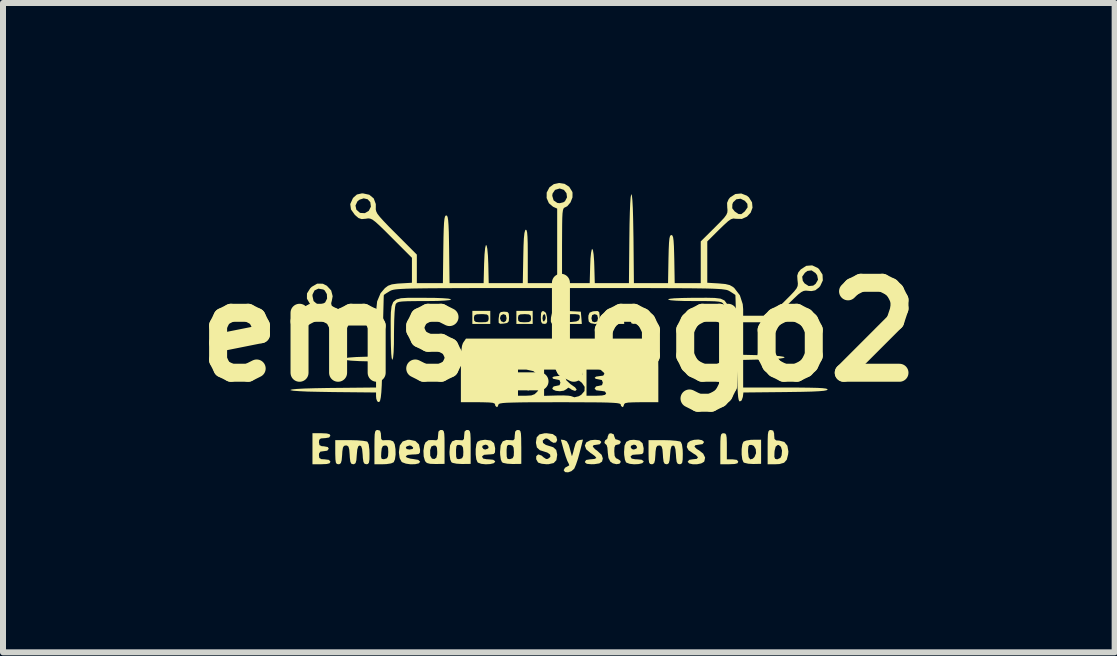
<source format=kicad_pcb>
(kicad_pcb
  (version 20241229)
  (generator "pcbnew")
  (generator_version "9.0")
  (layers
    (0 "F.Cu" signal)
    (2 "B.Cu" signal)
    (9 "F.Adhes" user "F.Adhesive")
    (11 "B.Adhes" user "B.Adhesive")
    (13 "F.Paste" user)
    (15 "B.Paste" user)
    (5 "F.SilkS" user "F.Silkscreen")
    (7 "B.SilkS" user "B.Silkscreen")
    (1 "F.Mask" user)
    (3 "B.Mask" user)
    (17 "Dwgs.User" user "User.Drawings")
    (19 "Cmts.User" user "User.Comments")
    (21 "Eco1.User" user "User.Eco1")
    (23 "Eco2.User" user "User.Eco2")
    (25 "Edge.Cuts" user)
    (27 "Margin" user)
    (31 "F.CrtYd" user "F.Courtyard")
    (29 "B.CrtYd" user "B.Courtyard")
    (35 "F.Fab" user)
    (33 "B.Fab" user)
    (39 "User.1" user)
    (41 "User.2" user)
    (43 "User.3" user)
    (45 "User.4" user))
  (footprint "ems_logo2"
    (layer "F.Cu")
    (at 6.264 2.485)
    (property "Reference" "ems_logo2" (at 0 0 0) (layer "F.SilkS") (effects (font (size 1.5 1.5) (thickness 0.3))))
    (attr board_only exclude_from_pos_files exclude_from_bom)
    (fp_poly (pts (xy -0.466 0.757) (xy -0.446 0.813) (xy -0.447 0.881) (xy -0.461 0.922) (xy -0.498 0.972) (xy -0.525 0.969) (xy -0.541 0.916) (xy -0.544 0.857) (xy -0.538 0.776) (xy -0.52 0.739) (xy -0.504 0.734)) (stroke (width 0) (type solid)) (fill yes) (layer "F.SilkS"))
    (fp_poly (pts (xy 2.774 1.691) (xy 2.79 1.712) (xy 2.798 1.76) (xy 2.801 1.846) (xy 2.801 1.904) (xy 2.801 2.121) (xy 2.896 2.121) (xy 2.967 2.13) (xy 2.991 2.158) (xy 2.991 2.162) (xy 2.978 2.187) (xy 2.931 2.199) (xy 2.842 2.203) (xy 2.692 2.203) (xy 2.692 1.944) (xy 2.693 1.824) (xy 2.697 1.749) (xy 2.706 1.707) (xy 2.722 1.69) (xy 2.747 1.686)) (stroke (width 0) (type solid)) (fill yes) (layer "F.SilkS"))
    (fp_poly (pts (xy -0.214 -0.32) (xy -0.196 -0.246) (xy -0.196 -0.238) (xy -0.194 -0.17) (xy -0.21 -0.141) (xy -0.243 -0.136) (xy -0.279 -0.144) (xy -0.296 -0.179) (xy -0.298 -0.23) (xy -0.272 -0.23) (xy -0.263 -0.183) (xy -0.245 -0.177) (xy -0.222 -0.215) (xy -0.218 -0.246) (xy -0.229 -0.29) (xy -0.245 -0.299) (xy -0.265 -0.276) (xy -0.272 -0.23) (xy -0.298 -0.23) (xy -0.299 -0.247) (xy -0.295 -0.318) (xy -0.279 -0.347) (xy -0.252 -0.349)) (stroke (width 0) (type solid)) (fill yes) (layer "F.SilkS"))
    (fp_poly (pts (xy 1.289 -0.345) (xy 1.303 -0.309) (xy 1.305 -0.247) (xy 1.301 -0.175) (xy 1.283 -0.143) (xy 1.249 -0.136) (xy 1.213 -0.144) (xy 1.2 -0.177) (xy 1.202 -0.231) (xy 1.256 -0.231) (xy 1.259 -0.185) (xy 1.268 -0.181) (xy 1.269 -0.183) (xy 1.274 -0.237) (xy 1.27 -0.265) (xy 1.261 -0.276) (xy 1.256 -0.24) (xy 1.256 -0.231) (xy 1.202 -0.231) (xy 1.202 -0.238) (xy 1.218 -0.315) (xy 1.254 -0.348) (xy 1.258 -0.349)) (stroke (width 0) (type solid)) (fill yes) (layer "F.SilkS"))
    (fp_poly (pts (xy 1.456 -0.336) (xy 1.468 -0.276) (xy 1.469 -0.245) (xy 1.462 -0.169) (xy 1.439 -0.138) (xy 1.428 -0.136) (xy 1.399 -0.154) (xy 1.388 -0.213) (xy 1.387 -0.231) (xy 1.419 -0.231) (xy 1.422 -0.185) (xy 1.431 -0.181) (xy 1.432 -0.183) (xy 1.437 -0.237) (xy 1.433 -0.265) (xy 1.424 -0.276) (xy 1.42 -0.24) (xy 1.419 -0.231) (xy 1.387 -0.231) (xy 1.387 -0.245) (xy 1.394 -0.32) (xy 1.416 -0.352) (xy 1.428 -0.354)) (stroke (width 0) (type solid)) (fill yes) (layer "F.SilkS"))
    (fp_poly (pts (xy -0.044 -0.345) (xy -0.03 -0.309) (xy -0.027 -0.247) (xy -0.031 -0.175) (xy -0.049 -0.143) (xy -0.083 -0.136) (xy -0.12 -0.144) (xy -0.133 -0.177) (xy -0.131 -0.231) (xy -0.108 -0.231) (xy -0.095 -0.187) (xy -0.091 -0.181) (xy -0.066 -0.165) (xy -0.056 -0.19) (xy -0.054 -0.231) (xy -0.064 -0.282) (xy -0.082 -0.299) (xy -0.103 -0.277) (xy -0.108 -0.231) (xy -0.131 -0.231) (xy -0.131 -0.238) (xy -0.114 -0.315) (xy -0.079 -0.348) (xy -0.075 -0.349)) (stroke (width 0) (type solid)) (fill yes) (layer "F.SilkS"))
    (fp_poly (pts (xy -0.856 -0.335) (xy -0.834 -0.308) (xy -0.829 -0.245) (xy -0.834 -0.18) (xy -0.86 -0.152) (xy -0.92 -0.141) (xy -0.978 -0.138) (xy -1.002 -0.155) (xy -1.003 -0.207) (xy -1.002 -0.231) (xy -0.981 -0.231) (xy -0.962 -0.182) (xy -0.961 -0.181) (xy -0.916 -0.162) (xy -0.88 -0.187) (xy -0.87 -0.231) (xy -0.883 -0.284) (xy -0.925 -0.299) (xy -0.966 -0.278) (xy -0.981 -0.231) (xy -1.002 -0.231) (xy -1.001 -0.236) (xy -0.991 -0.304) (xy -0.968 -0.333) (xy -0.918 -0.34) (xy -0.911 -0.34)) (stroke (width 0) (type solid)) (fill yes) (layer "F.SilkS"))
    (fp_poly (pts (xy 0.673 -0.333) (xy 0.68 -0.282) (xy 0.68 -0.246) (xy 0.677 -0.176) (xy 0.66 -0.144) (xy 0.618 -0.136) (xy 0.597 -0.136) (xy 0.533 -0.148) (xy 0.5 -0.175) (xy 0.492 -0.231) (xy 0.544 -0.231) (xy 0.557 -0.178) (xy 0.598 -0.163) (xy 0.641 -0.179) (xy 0.653 -0.231) (xy 0.64 -0.284) (xy 0.598 -0.299) (xy 0.556 -0.283) (xy 0.544 -0.231) (xy 0.492 -0.231) (xy 0.492 -0.232) (xy 0.494 -0.277) (xy 0.514 -0.324) (xy 0.567 -0.345) (xy 0.591 -0.348) (xy 0.648 -0.351)) (stroke (width 0) (type solid)) (fill yes) (layer "F.SilkS"))
    (fp_poly (pts (xy 1.083 -0.238) (xy 1.091 -0.136) (xy 0.938 -0.136) (xy 0.785 -0.136) (xy 0.793 -0.23) (xy 0.843 -0.23) (xy 0.848 -0.184) (xy 0.875 -0.167) (xy 0.938 -0.168) (xy 0.945 -0.168) (xy 1.016 -0.181) (xy 1.048 -0.21) (xy 1.056 -0.238) (xy 1.055 -0.277) (xy 1.03 -0.295) (xy 0.966 -0.299) (xy 0.954 -0.299) (xy 0.883 -0.296) (xy 0.851 -0.279) (xy 0.843 -0.239) (xy 0.843 -0.23) (xy 0.793 -0.23) (xy 0.794 -0.238) (xy 0.802 -0.34) (xy 0.938 -0.34) (xy 1.074 -0.34)) (stroke (width 0) (type solid)) (fill yes) (layer "F.SilkS"))
    (fp_poly (pts (xy -1.142 -0.245) (xy -1.142 -0.136) (xy -1.292 -0.136) (xy -1.441 -0.136) (xy -1.441 -0.231) (xy -1.414 -0.231) (xy -1.409 -0.189) (xy -1.384 -0.169) (xy -1.325 -0.163) (xy -1.292 -0.163) (xy -1.216 -0.166) (xy -1.18 -0.18) (xy -1.17 -0.213) (xy -1.169 -0.231) (xy -1.174 -0.273) (xy -1.199 -0.293) (xy -1.259 -0.299) (xy -1.292 -0.299) (xy -1.367 -0.296) (xy -1.403 -0.282) (xy -1.414 -0.249) (xy -1.414 -0.231) (xy -1.441 -0.231) (xy -1.441 -0.245) (xy -1.441 -0.354) (xy -1.292 -0.354) (xy -1.142 -0.354)) (stroke (width 0) (type solid)) (fill yes) (layer "F.SilkS"))
    (fp_poly (pts (xy -0.435 -0.245) (xy -0.435 -0.136) (xy -0.571 -0.136) (xy -0.707 -0.136) (xy -0.707 -0.231) (xy -0.68 -0.231) (xy -0.674 -0.187) (xy -0.646 -0.168) (xy -0.581 -0.163) (xy -0.571 -0.163) (xy -0.501 -0.167) (xy -0.47 -0.184) (xy -0.462 -0.225) (xy -0.462 -0.231) (xy -0.468 -0.275) (xy -0.496 -0.294) (xy -0.562 -0.299) (xy -0.571 -0.299) (xy -0.641 -0.295) (xy -0.672 -0.278) (xy -0.68 -0.237) (xy -0.68 -0.231) (xy -0.707 -0.231) (xy -0.707 -0.245) (xy -0.707 -0.354) (xy -0.571 -0.354) (xy -0.435 -0.354)) (stroke (width 0) (type solid)) (fill yes) (layer "F.SilkS"))
    (fp_poly (pts (xy 0.211 -0.348) (xy 0.367 -0.34) (xy 0.376 -0.238) (xy 0.384 -0.136) (xy 0.219 -0.136) (xy 0.054 -0.136) (xy 0.054 -0.23) (xy 0.082 -0.23) (xy 0.086 -0.188) (xy 0.107 -0.169) (xy 0.16 -0.166) (xy 0.211 -0.168) (xy 0.291 -0.177) (xy 0.332 -0.196) (xy 0.347 -0.231) (xy 0.349 -0.238) (xy 0.349 -0.274) (xy 0.328 -0.292) (xy 0.274 -0.299) (xy 0.219 -0.299) (xy 0.138 -0.297) (xy 0.097 -0.286) (xy 0.083 -0.259) (xy 0.082 -0.23) (xy 0.054 -0.23) (xy 0.054 -0.246) (xy 0.054 -0.356)) (stroke (width 0) (type solid)) (fill yes) (layer "F.SilkS"))
    (fp_poly (pts (xy 3.372 1.995) (xy 3.372 2.196) (xy 3.241 2.199) (xy 3.157 2.194) (xy 3.094 2.179) (xy 3.078 2.17) (xy 3.058 2.121) (xy 3.048 2.041) (xy 3.048 1.997) (xy 3.155 1.997) (xy 3.164 2.084) (xy 3.191 2.122) (xy 3.233 2.111) (xy 3.262 2.082) (xy 3.288 2.019) (xy 3.283 1.951) (xy 3.251 1.898) (xy 3.216 1.881) (xy 3.178 1.881) (xy 3.16 1.904) (xy 3.155 1.963) (xy 3.155 1.997) (xy 3.048 1.997) (xy 3.048 1.95) (xy 3.059 1.871) (xy 3.078 1.827) (xy 3.124 1.808) (xy 3.2 1.796) (xy 3.242 1.795) (xy 3.372 1.795)) (stroke (width 0) (type solid)) (fill yes) (layer "F.SilkS"))
    (fp_poly (pts (xy -3.867 1.69) (xy -3.82 1.703) (xy -3.807 1.727) (xy -3.828 1.757) (xy -3.894 1.768) (xy -3.902 1.768) (xy -3.967 1.773) (xy -3.993 1.796) (xy -3.998 1.836) (xy -3.989 1.884) (xy -3.952 1.902) (xy -3.916 1.904) (xy -3.851 1.916) (xy -3.834 1.944) (xy -3.859 1.977) (xy -3.916 1.985) (xy -3.974 1.993) (xy -3.996 2.024) (xy -3.998 2.053) (xy -3.991 2.099) (xy -3.959 2.118) (xy -3.902 2.121) (xy -3.832 2.13) (xy -3.807 2.158) (xy -3.807 2.162) (xy -3.821 2.187) (xy -3.868 2.199) (xy -3.957 2.203) (xy -4.106 2.203) (xy -4.106 1.944) (xy -4.106 1.686) (xy -3.957 1.686)) (stroke (width 0) (type solid)) (fill yes) (layer "F.SilkS"))
    (fp_poly (pts (xy 0.349 2.004) (xy 0.319 2.113) (xy 0.287 2.208) (xy 0.26 2.271) (xy 0.256 2.278) (xy 0.211 2.318) (xy 0.155 2.338) (xy 0.105 2.334) (xy 0.082 2.304) (xy 0.082 2.3) (xy 0.104 2.261) (xy 0.137 2.243) (xy 0.175 2.221) (xy 0.164 2.19) (xy 0.142 2.147) (xy 0.113 2.068) (xy 0.084 1.973) (xy 0.034 1.792) (xy 0.092 1.8) (xy 0.134 1.822) (xy 0.166 1.88) (xy 0.181 1.931) (xy 0.201 2.006) (xy 0.215 2.057) (xy 0.218 2.067) (xy 0.226 2.051) (xy 0.242 1.996) (xy 0.254 1.944) (xy 0.279 1.859) (xy 0.309 1.814) (xy 0.344 1.8) (xy 0.403 1.792)) (stroke (width 0) (type solid)) (fill yes) (layer "F.SilkS"))
    (fp_poly (pts (xy 0.677 1.802) (xy 0.706 1.827) (xy 0.707 1.836) (xy 0.684 1.869) (xy 0.644 1.876) (xy 0.579 1.885) (xy 0.566 1.909) (xy 0.604 1.952) (xy 0.639 1.977) (xy 0.714 2.046) (xy 0.734 2.106) (xy 0.721 2.159) (xy 0.676 2.189) (xy 0.591 2.202) (xy 0.542 2.203) (xy 0.467 2.196) (xy 0.437 2.173) (xy 0.435 2.162) (xy 0.456 2.132) (xy 0.522 2.121) (xy 0.53 2.121) (xy 0.593 2.115) (xy 0.625 2.1) (xy 0.625 2.097) (xy 0.604 2.069) (xy 0.551 2.029) (xy 0.53 2.016) (xy 0.457 1.954) (xy 0.434 1.892) (xy 0.459 1.838) (xy 0.527 1.803) (xy 0.604 1.795)) (stroke (width 0) (type solid)) (fill yes) (layer "F.SilkS"))
    (fp_poly (pts (xy 2.388 1.802) (xy 2.419 1.828) (xy 2.42 1.836) (xy 2.396 1.868) (xy 2.339 1.876) (xy 2.275 1.886) (xy 2.262 1.911) (xy 2.299 1.949) (xy 2.337 1.971) (xy 2.407 2.026) (xy 2.439 2.092) (xy 2.426 2.154) (xy 2.419 2.163) (xy 2.374 2.189) (xy 2.306 2.203) (xy 2.233 2.203) (xy 2.174 2.19) (xy 2.148 2.164) (xy 2.148 2.162) (xy 2.173 2.13) (xy 2.228 2.121) (xy 2.3 2.113) (xy 2.32 2.088) (xy 2.287 2.051) (xy 2.243 2.024) (xy 2.163 1.97) (xy 2.133 1.916) (xy 2.146 1.853) (xy 2.149 1.847) (xy 2.189 1.815) (xy 2.254 1.796) (xy 2.326 1.791)) (stroke (width 0) (type solid)) (fill yes) (layer "F.SilkS"))
    (fp_poly (pts (xy 0.916 1.705) (xy 0.925 1.74) (xy 0.944 1.786) (xy 0.979 1.795) (xy 1.023 1.812) (xy 1.033 1.836) (xy 1.011 1.869) (xy 0.979 1.876) (xy 0.944 1.885) (xy 0.928 1.921) (xy 0.925 1.988) (xy 0.931 2.064) (xy 0.953 2.102) (xy 0.979 2.113) (xy 1.023 2.141) (xy 1.033 2.165) (xy 1.012 2.194) (xy 0.961 2.202) (xy 0.901 2.188) (xy 0.859 2.16) (xy 0.828 2.099) (xy 0.816 2.005) (xy 0.816 1.997) (xy 0.81 1.925) (xy 0.797 1.882) (xy 0.789 1.876) (xy 0.765 1.854) (xy 0.761 1.836) (xy 0.776 1.799) (xy 0.789 1.795) (xy 0.811 1.772) (xy 0.816 1.74) (xy 0.835 1.695) (xy 0.87 1.686)) (stroke (width 0) (type solid)) (fill yes) (layer "F.SilkS"))
    (fp_poly (pts (xy 3.574 1.643) (xy 3.589 1.688) (xy 3.59 1.72) (xy 3.595 1.781) (xy 3.622 1.805) (xy 3.677 1.809) (xy 3.758 1.831) (xy 3.81 1.895) (xy 3.827 1.991) (xy 3.823 2.035) (xy 3.8 2.127) (xy 3.755 2.178) (xy 3.676 2.2) (xy 3.614 2.203) (xy 3.481 2.203) (xy 3.481 2.079) (xy 3.593 2.079) (xy 3.605 2.112) (xy 3.638 2.121) (xy 3.642 2.121) (xy 3.694 2.097) (xy 3.714 2.055) (xy 3.721 1.975) (xy 3.703 1.913) (xy 3.666 1.882) (xy 3.649 1.882) (xy 3.615 1.909) (xy 3.597 1.979) (xy 3.595 2.006) (xy 3.593 2.079) (xy 3.481 2.079) (xy 3.481 1.917) (xy 3.482 1.79) (xy 3.485 1.707) (xy 3.493 1.66) (xy 3.507 1.638) (xy 3.529 1.632) (xy 3.535 1.632)) (stroke (width 0) (type solid)) (fill yes) (layer "F.SilkS"))
    (fp_poly (pts (xy -2.391 1.815) (xy -2.331 1.873) (xy -2.312 1.96) (xy -2.315 2.009) (xy -2.336 2.032) (xy -2.388 2.039) (xy -2.436 2.04) (xy -2.519 2.048) (xy -2.551 2.068) (xy -2.535 2.091) (xy -2.472 2.11) (xy -2.425 2.116) (xy -2.343 2.13) (xy -2.312 2.159) (xy -2.312 2.164) (xy -2.335 2.189) (xy -2.394 2.202) (xy -2.471 2.204) (xy -2.548 2.193) (xy -2.608 2.171) (xy -2.622 2.16) (xy -2.653 2.1) (xy -2.665 2.007) (xy -2.665 1.999) (xy -2.655 1.924) (xy -2.55 1.924) (xy -2.536 1.95) (xy -2.488 1.958) (xy -2.435 1.948) (xy -2.427 1.924) (xy -2.46 1.895) (xy -2.488 1.89) (xy -2.536 1.906) (xy -2.55 1.924) (xy -2.655 1.924) (xy -2.65 1.89) (xy -2.603 1.824) (xy -2.52 1.796) (xy -2.488 1.795)) (stroke (width 0) (type solid)) (fill yes) (layer "F.SilkS"))
    (fp_poly (pts (xy -2.98 1.643) (xy -2.966 1.687) (xy -2.964 1.722) (xy -2.96 1.783) (xy -2.937 1.804) (xy -2.882 1.801) (xy -2.81 1.802) (xy -2.76 1.822) (xy -2.735 1.87) (xy -2.722 1.951) (xy -2.72 2.042) (xy -2.731 2.122) (xy -2.752 2.17) (xy -2.796 2.189) (xy -2.874 2.201) (xy -2.929 2.203) (xy -3.073 2.203) (xy -3.073 2.081) (xy -2.962 2.081) (xy -2.952 2.113) (xy -2.922 2.119) (xy -2.905 2.117) (xy -2.864 2.103) (xy -2.846 2.066) (xy -2.842 1.999) (xy -2.846 1.928) (xy -2.865 1.896) (xy -2.896 1.89) (xy -2.932 1.9) (xy -2.951 1.938) (xy -2.959 2.008) (xy -2.962 2.081) (xy -3.073 2.081) (xy -3.073 1.917) (xy -3.072 1.79) (xy -3.069 1.707) (xy -3.061 1.66) (xy -3.047 1.638) (xy -3.025 1.632) (xy -3.019 1.632)) (stroke (width 0) (type solid)) (fill yes) (layer "F.SilkS"))
    (fp_poly (pts (xy -1.934 1.635) (xy -1.918 1.653) (xy -1.909 1.693) (xy -1.905 1.767) (xy -1.904 1.883) (xy -1.904 1.914) (xy -1.904 2.197) (xy -2.053 2.199) (xy -2.145 2.196) (xy -2.199 2.182) (xy -2.228 2.152) (xy -2.23 2.149) (xy -2.252 2.072) (xy -2.256 1.975) (xy -2.254 1.967) (xy -2.144 1.967) (xy -2.143 2.06) (xy -2.115 2.109) (xy -2.074 2.116) (xy -2.041 2.094) (xy -2.027 2.038) (xy -2.026 1.998) (xy -2.031 1.927) (xy -2.049 1.896) (xy -2.08 1.89) (xy -2.124 1.907) (xy -2.144 1.966) (xy -2.144 1.967) (xy -2.254 1.967) (xy -2.242 1.885) (xy -2.221 1.837) (xy -2.171 1.801) (xy -2.098 1.8) (xy -2.04 1.804) (xy -2.017 1.784) (xy -2.012 1.723) (xy -2.012 1.722) (xy -2.006 1.659) (xy -1.979 1.634) (xy -1.958 1.632)) (stroke (width 0) (type solid)) (fill yes) (layer "F.SilkS"))
    (fp_poly (pts (xy -2.256 -0.571) (xy -2.076 -0.57) (xy -1.937 -0.565) (xy -1.843 -0.558) (xy -1.798 -0.548) (xy -1.795 -0.544) (xy -1.821 -0.533) (xy -1.898 -0.525) (xy -2.021 -0.519) (xy -2.186 -0.517) (xy -2.243 -0.517) (xy -2.409 -0.516) (xy -2.529 -0.514) (xy -2.612 -0.51) (xy -2.664 -0.503) (xy -2.695 -0.491) (xy -2.713 -0.474) (xy -2.719 -0.464) (xy -2.729 -0.418) (xy -2.737 -0.328) (xy -2.743 -0.202) (xy -2.746 -0.05) (xy -2.747 0.025) (xy -2.748 0.199) (xy -2.753 0.333) (xy -2.761 0.421) (xy -2.771 0.461) (xy -2.774 0.462) (xy -2.785 0.436) (xy -2.793 0.359) (xy -2.798 0.236) (xy -2.801 0.07) (xy -2.801 0.006) (xy -2.802 -0.185) (xy -2.799 -0.329) (xy -2.787 -0.432) (xy -2.76 -0.501) (xy -2.71 -0.543) (xy -2.631 -0.564) (xy -2.518 -0.571) (xy -2.363 -0.571)) (stroke (width 0) (type solid)) (fill yes) (layer "F.SilkS"))
    (fp_poly (pts (xy -1.499 1.635) (xy -1.483 1.653) (xy -1.474 1.693) (xy -1.47 1.767) (xy -1.469 1.883) (xy -1.469 1.914) (xy -1.469 2.197) (xy -1.614 2.199) (xy -1.702 2.194) (xy -1.768 2.181) (xy -1.79 2.169) (xy -1.809 2.125) (xy -1.82 2.048) (xy -1.822 1.999) (xy -1.713 1.999) (xy -1.711 2.075) (xy -1.699 2.111) (xy -1.67 2.118) (xy -1.652 2.116) (xy -1.612 2.102) (xy -1.594 2.064) (xy -1.591 1.999) (xy -1.596 1.927) (xy -1.616 1.893) (xy -1.652 1.881) (xy -1.689 1.881) (xy -1.707 1.904) (xy -1.713 1.962) (xy -1.713 1.999) (xy -1.822 1.999) (xy -1.822 1.997) (xy -1.812 1.887) (xy -1.778 1.822) (xy -1.717 1.798) (xy -1.659 1.801) (xy -1.603 1.804) (xy -1.581 1.782) (xy -1.577 1.722) (xy -1.571 1.659) (xy -1.544 1.634) (xy -1.523 1.632)) (stroke (width 0) (type solid)) (fill yes) (layer "F.SilkS"))
    (fp_poly (pts (xy -0.656 1.635) (xy -0.64 1.653) (xy -0.631 1.693) (xy -0.627 1.767) (xy -0.626 1.883) (xy -0.625 1.914) (xy -0.625 2.197) (xy -0.771 2.199) (xy -0.859 2.194) (xy -0.925 2.181) (xy -0.947 2.169) (xy -0.966 2.125) (xy -0.977 2.048) (xy -0.979 1.999) (xy -0.87 1.999) (xy -0.868 2.075) (xy -0.856 2.111) (xy -0.827 2.118) (xy -0.809 2.116) (xy -0.769 2.102) (xy -0.751 2.064) (xy -0.748 1.999) (xy -0.753 1.927) (xy -0.773 1.893) (xy -0.809 1.881) (xy -0.846 1.881) (xy -0.864 1.904) (xy -0.87 1.962) (xy -0.87 1.999) (xy -0.979 1.999) (xy -0.979 1.997) (xy -0.969 1.887) (xy -0.935 1.822) (xy -0.874 1.798) (xy -0.816 1.801) (xy -0.76 1.804) (xy -0.738 1.782) (xy -0.734 1.722) (xy -0.727 1.659) (xy -0.701 1.634) (xy -0.68 1.632)) (stroke (width 0) (type solid)) (fill yes) (layer "F.SilkS"))
    (fp_poly (pts (xy 1.344 1.808) (xy 1.396 1.853) (xy 1.414 1.935) (xy 1.414 1.95) (xy 1.41 2.007) (xy 1.389 2.033) (xy 1.334 2.039) (xy 1.305 2.04) (xy 1.23 2.046) (xy 1.199 2.069) (xy 1.197 2.08) (xy 1.215 2.109) (xy 1.274 2.12) (xy 1.305 2.121) (xy 1.381 2.128) (xy 1.412 2.15) (xy 1.414 2.162) (xy 1.39 2.186) (xy 1.332 2.2) (xy 1.256 2.204) (xy 1.182 2.196) (xy 1.128 2.176) (xy 1.12 2.17) (xy 1.102 2.126) (xy 1.09 2.048) (xy 1.088 1.999) (xy 1.094 1.917) (xy 1.197 1.917) (xy 1.219 1.95) (xy 1.251 1.958) (xy 1.295 1.941) (xy 1.305 1.917) (xy 1.283 1.884) (xy 1.251 1.876) (xy 1.207 1.893) (xy 1.197 1.917) (xy 1.094 1.917) (xy 1.096 1.893) (xy 1.125 1.83) (xy 1.182 1.801) (xy 1.251 1.795)) (stroke (width 0) (type solid)) (fill yes) (layer "F.SilkS"))
    (fp_poly (pts (xy 2.599 -0.569) (xy 2.697 -0.557) (xy 2.762 -0.527) (xy 2.801 -0.474) (xy 2.821 -0.391) (xy 2.828 -0.271) (xy 2.829 -0.107) (xy 2.828 0.006) (xy 2.827 0.185) (xy 2.822 0.323) (xy 2.815 0.415) (xy 2.805 0.459) (xy 2.801 0.462) (xy 2.79 0.436) (xy 2.782 0.359) (xy 2.776 0.237) (xy 2.774 0.073) (xy 2.774 0.025) (xy 2.772 -0.135) (xy 2.767 -0.274) (xy 2.76 -0.382) (xy 2.751 -0.449) (xy 2.746 -0.464) (xy 2.732 -0.484) (xy 2.708 -0.498) (xy 2.667 -0.507) (xy 2.6 -0.513) (xy 2.498 -0.516) (xy 2.355 -0.517) (xy 2.27 -0.517) (xy 2.093 -0.518) (xy 1.957 -0.523) (xy 1.866 -0.53) (xy 1.824 -0.54) (xy 1.822 -0.544) (xy 1.849 -0.555) (xy 1.925 -0.563) (xy 2.049 -0.568) (xy 2.215 -0.571) (xy 2.283 -0.571) (xy 2.464 -0.572)) (stroke (width 0) (type solid)) (fill yes) (layer "F.SilkS"))
    (fp_poly (pts (xy -1.131 1.808) (xy -1.079 1.853) (xy -1.061 1.935) (xy -1.061 1.95) (xy -1.064 2.007) (xy -1.086 2.033) (xy -1.14 2.039) (xy -1.169 2.04) (xy -1.245 2.046) (xy -1.276 2.069) (xy -1.278 2.08) (xy -1.26 2.109) (xy -1.201 2.12) (xy -1.169 2.121) (xy -1.094 2.128) (xy -1.063 2.15) (xy -1.061 2.162) (xy -1.084 2.186) (xy -1.143 2.2) (xy -1.219 2.204) (xy -1.293 2.196) (xy -1.347 2.176) (xy -1.354 2.17) (xy -1.375 2.121) (xy -1.385 2.041) (xy -1.385 1.95) (xy -1.38 1.917) (xy -1.278 1.917) (xy -1.255 1.95) (xy -1.224 1.958) (xy -1.179 1.941) (xy -1.169 1.917) (xy -1.192 1.884) (xy -1.224 1.876) (xy -1.268 1.893) (xy -1.278 1.917) (xy -1.38 1.917) (xy -1.374 1.871) (xy -1.354 1.827) (xy -1.307 1.806) (xy -1.233 1.795) (xy -1.224 1.795)) (stroke (width 0) (type solid)) (fill yes) (layer "F.SilkS"))
    (fp_poly (pts (xy -0.101 1.7) (xy -0.042 1.742) (xy -0.027 1.8) (xy -0.046 1.84) (xy -0.089 1.846) (xy -0.137 1.818) (xy -0.149 1.804) (xy -0.197 1.773) (xy -0.227 1.776) (xy -0.268 1.809) (xy -0.263 1.848) (xy -0.216 1.881) (xy -0.184 1.891) (xy -0.092 1.92) (xy -0.043 1.965) (xy -0.027 2.037) (xy -0.027 2.051) (xy -0.04 2.135) (xy -0.085 2.183) (xy -0.17 2.202) (xy -0.204 2.203) (xy -0.283 2.195) (xy -0.34 2.177) (xy -0.348 2.17) (xy -0.377 2.119) (xy -0.376 2.069) (xy -0.346 2.041) (xy -0.336 2.04) (xy -0.284 2.06) (xy -0.258 2.085) (xy -0.211 2.116) (xy -0.181 2.113) (xy -0.14 2.08) (xy -0.145 2.041) (xy -0.192 2.008) (xy -0.224 1.998) (xy -0.316 1.969) (xy -0.365 1.924) (xy -0.38 1.852) (xy -0.381 1.838) (xy -0.368 1.754) (xy -0.323 1.706) (xy -0.238 1.687) (xy -0.204 1.686)) (stroke (width 0) (type solid)) (fill yes) (layer "F.SilkS"))
    (fp_poly (pts (xy -3.474 1.801) (xy -3.36 1.804) (xy -3.264 1.812) (xy -3.202 1.823) (xy -3.189 1.829) (xy -3.168 1.873) (xy -3.157 1.96) (xy -3.155 2.029) (xy -3.156 2.124) (xy -3.164 2.176) (xy -3.182 2.199) (xy -3.208 2.203) (xy -3.238 2.195) (xy -3.256 2.165) (xy -3.266 2.098) (xy -3.269 2.046) (xy -3.278 1.952) (xy -3.294 1.903) (xy -3.318 1.89) (xy -3.343 1.905) (xy -3.359 1.957) (xy -3.367 2.046) (xy -3.374 2.136) (xy -3.387 2.184) (xy -3.411 2.201) (xy -3.427 2.203) (xy -3.457 2.195) (xy -3.474 2.163) (xy -3.483 2.094) (xy -3.486 2.046) (xy -3.493 1.957) (xy -3.506 1.91) (xy -3.53 1.892) (xy -3.549 1.89) (xy -3.58 1.897) (xy -3.598 1.926) (xy -3.608 1.991) (xy -3.611 2.046) (xy -3.619 2.136) (xy -3.632 2.183) (xy -3.655 2.201) (xy -3.673 2.203) (xy -3.7 2.198) (xy -3.716 2.174) (xy -3.723 2.122) (xy -3.726 2.029) (xy -3.726 2.002) (xy -3.726 1.801)) (stroke (width 0) (type solid)) (fill yes) (layer "F.SilkS"))
    (fp_poly (pts (xy 1.747 1.801) (xy 1.862 1.804) (xy 1.957 1.812) (xy 2.019 1.823) (xy 2.033 1.829) (xy 2.053 1.873) (xy 2.065 1.96) (xy 2.067 2.029) (xy 2.065 2.124) (xy 2.057 2.176) (xy 2.039 2.199) (xy 2.014 2.203) (xy 1.983 2.195) (xy 1.965 2.165) (xy 1.956 2.098) (xy 1.953 2.046) (xy 1.944 1.952) (xy 1.928 1.903) (xy 1.904 1.89) (xy 1.878 1.905) (xy 1.863 1.957) (xy 1.855 2.046) (xy 1.847 2.136) (xy 1.834 2.184) (xy 1.811 2.201) (xy 1.795 2.203) (xy 1.765 2.195) (xy 1.747 2.163) (xy 1.738 2.094) (xy 1.735 2.046) (xy 1.728 1.957) (xy 1.715 1.91) (xy 1.692 1.892) (xy 1.672 1.89) (xy 1.641 1.897) (xy 1.623 1.926) (xy 1.613 1.991) (xy 1.61 2.046) (xy 1.603 2.136) (xy 1.59 2.183) (xy 1.566 2.201) (xy 1.549 2.203) (xy 1.521 2.198) (xy 1.505 2.174) (xy 1.498 2.122) (xy 1.496 2.029) (xy 1.496 2.002) (xy 1.496 1.801)) (stroke (width 0) (type solid)) (fill yes) (layer "F.SilkS"))
    (fp_poly (pts (xy 1.617 0.169) (xy 1.633 0.202) (xy 1.644 0.252) (xy 1.652 0.329) (xy 1.657 0.439) (xy 1.659 0.591) (xy 1.659 0.7) (xy 1.659 1.169) (xy 1.373 1.169) (xy 1.243 1.171) (xy 1.158 1.175) (xy 1.11 1.184) (xy 1.09 1.199) (xy 1.088 1.21) (xy 1.073 1.246) (xy 1.061 1.251) (xy 1.036 1.229) (xy 1.033 1.21) (xy 1.028 1.2) (xy 1.008 1.191) (xy 0.969 1.184) (xy 0.905 1.179) (xy 0.813 1.175) (xy 0.686 1.172) (xy 0.521 1.171) (xy 0.311 1.17) (xy 0.053 1.169) (xy 0.014 1.169) (xy -0.252 1.17) (xy -0.467 1.17) (xy -0.639 1.172) (xy -0.77 1.175) (xy -0.867 1.178) (xy -0.934 1.183) (xy -0.977 1.19) (xy -0.999 1.198) (xy -1.006 1.209) (xy -1.006 1.21) (xy -1.021 1.246) (xy -1.033 1.251) (xy -1.058 1.229) (xy -1.061 1.21) (xy -1.069 1.192) (xy -1.101 1.179) (xy -1.166 1.173) (xy -1.271 1.17) (xy -1.346 1.169) (xy -1.632 1.169) (xy -1.632 0.843) (xy -0.68 0.843) (xy -0.68 1.061) (xy -0.546 1.061) (xy -0.458 1.056) (xy -0.402 1.035) (xy -0.356 0.99) (xy -0.353 0.986) (xy -0.311 0.909) (xy -0.309 0.844) (xy -0.245 0.844) (xy -0.245 1.063) (xy -0.028 1.057) (xy 0.076 1.056) (xy 0.158 1.06) (xy 0.204 1.067) (xy 0.208 1.069) (xy 0.261 1.087) (xy 0.334 1.069) (xy 0.375 1.045) (xy 0.428 0.983) (xy 0.431 0.913) (xy 0.385 0.845) (xy 0.382 0.843) (xy 0.462 0.843) (xy 0.462 1.061) (xy 0.625 1.061) (xy 0.72 1.057) (xy 0.771 1.046) (xy 0.788 1.025) (xy 0.789 1.02) (xy 0.768 0.99) (xy 0.702 0.979) (xy 0.693 0.979) (xy 0.623 0.97) (xy 0.598 0.942) (xy 0.598 0.938) (xy 0.622 0.905) (xy 0.666 0.897) (xy 0.72 0.885) (xy 0.734 0.843) (xy 0.718 0.8) (xy 0.666 0.789) (xy 0.615 0.779) (xy 0.598 0.761) (xy 0.622 0.742) (xy 0.679 0.734) (xy 0.68 0.734) (xy 0.74 0.726) (xy 0.761 0.694) (xy 0.761 0.68) (xy 0.755 0.648) (xy 0.727 0.632) (xy 0.664 0.626) (xy 0.612 0.625) (xy 0.462 0.625) (xy 0.462 0.843) (xy 0.382 0.843) (xy 0.34 0.812) (xy 0.27 0.768) (xy 0.249 0.743) (xy 0.276 0.736) (xy 0.32 0.739) (xy 0.375 0.737) (xy 0.394 0.708) (xy 0.394 0.693) (xy 0.383 0.656) (xy 0.339 0.637) (xy 0.29 0.631) (xy 0.19 0.64) (xy 0.127 0.679) (xy 0.104 0.737) (xy 0.126 0.804) (xy 0.196 0.869) (xy 0.204 0.874) (xy 0.271 0.921) (xy 0.298 0.958) (xy 0.282 0.977) (xy 0.264 0.979) (xy 0.215 0.961) (xy 0.194 0.945) (xy 0.159 0.926) (xy 0.127 0.952) (xy 0.083 0.977) (xy 0.017 0.986) (xy -0.05 0.979) (xy -0.097 0.958) (xy -0.109 0.937) (xy -0.085 0.906) (xy -0.041 0.897) (xy 0.013 0.885) (xy 0.027 0.843) (xy 0.011 0.8) (xy -0.041 0.789) (xy -0.092 0.779) (xy -0.109 0.761) (xy -0.085 0.742) (xy -0.028 0.734) (xy -0.027 0.734) (xy 0.033 0.726) (xy 0.054 0.694) (xy 0.054 0.68) (xy 0.048 0.648) (xy 0.02 0.632) (xy -0.043 0.626) (xy -0.095 0.625) (xy -0.245 0.625) (xy -0.245 0.844) (xy -0.309 0.844) (xy -0.309 0.821) (xy -0.309 0.816) (xy -0.348 0.714) (xy -0.424 0.651) (xy -0.538 0.626) (xy -0.561 0.625) (xy -0.68 0.625) (xy -0.68 0.843) (xy -1.632 0.843) (xy -1.632 0.7) (xy -1.631 0.52) (xy -1.628 0.387) (xy -1.622 0.292) (xy -1.613 0.228) (xy -1.599 0.186) (xy -1.589 0.169) (xy -1.547 0.109) (xy 0.014 0.109) (xy 1.574 0.109)) (stroke (width 0) (type solid)) (fill yes) (layer "F.SilkS"))
    (fp_poly (pts (xy 0.096 -2.471) (xy 0.173 -2.422) (xy 0.224 -2.34) (xy 0.229 -2.323) (xy 0.228 -2.244) (xy 0.195 -2.161) (xy 0.142 -2.098) (xy 0.109 -2.081) (xy 0.092 -2.073) (xy 0.078 -2.058) (xy 0.069 -2.029) (xy 0.062 -1.978) (xy 0.058 -1.901) (xy 0.056 -1.789) (xy 0.055 -1.636) (xy 0.054 -1.439) (xy 0.054 -0.816) (xy 0.285 -0.816) (xy 0.515 -0.816) (xy 0.523 -1.102) (xy 0.528 -1.228) (xy 0.538 -1.322) (xy 0.55 -1.377) (xy 0.557 -1.387) (xy 0.57 -1.361) (xy 0.581 -1.29) (xy 0.589 -1.182) (xy 0.592 -1.102) (xy 0.6 -0.816) (xy 0.884 -0.816) (xy 1.169 -0.816) (xy 1.176 -1.557) (xy 1.179 -1.795) (xy 1.184 -1.99) (xy 1.19 -2.14) (xy 1.197 -2.241) (xy 1.206 -2.292) (xy 1.21 -2.298) (xy 1.219 -2.271) (xy 1.227 -2.193) (xy 1.234 -2.065) (xy 1.239 -1.89) (xy 1.243 -1.671) (xy 1.245 -1.557) (xy 1.252 -0.816) (xy 1.536 -0.816) (xy 1.821 -0.816) (xy 1.828 -1.217) (xy 1.832 -1.376) (xy 1.837 -1.487) (xy 1.844 -1.56) (xy 1.854 -1.6) (xy 1.869 -1.617) (xy 1.876 -1.618) (xy 1.893 -1.61) (xy 1.905 -1.581) (xy 1.913 -1.524) (xy 1.919 -1.431) (xy 1.923 -1.294) (xy 1.925 -1.217) (xy 1.932 -0.816) (xy 2.149 -0.816) (xy 2.366 -0.816) (xy 2.366 -1.163) (xy 2.366 -1.511) (xy 2.594 -1.737) (xy 2.691 -1.835) (xy 2.755 -1.903) (xy 2.792 -1.953) (xy 2.809 -1.993) (xy 2.812 -2.033) (xy 2.809 -2.064) (xy 2.891 -2.064) (xy 2.931 -2.012) (xy 2.936 -2.008) (xy 2.997 -1.967) (xy 3.043 -1.966) (xy 3.095 -2.007) (xy 3.1 -2.012) (xy 3.147 -2.079) (xy 3.143 -2.138) (xy 3.101 -2.188) (xy 3.03 -2.223) (xy 2.959 -2.213) (xy 2.906 -2.163) (xy 2.893 -2.13) (xy 2.891 -2.064) (xy 2.809 -2.064) (xy 2.808 -2.071) (xy 2.805 -2.154) (xy 2.831 -2.214) (xy 2.856 -2.245) (xy 2.943 -2.301) (xy 3.041 -2.31) (xy 3.136 -2.273) (xy 3.169 -2.245) (xy 3.221 -2.162) (xy 3.229 -2.073) (xy 3.198 -1.99) (xy 3.137 -1.924) (xy 3.052 -1.886) (xy 2.951 -1.888) (xy 2.947 -1.889) (xy 2.909 -1.893) (xy 2.87 -1.881) (xy 2.821 -1.847) (xy 2.752 -1.784) (xy 2.674 -1.709) (xy 2.475 -1.511) (xy 2.475 -1.166) (xy 2.475 -0.822) (xy 2.664 -0.811) (xy 2.775 -0.801) (xy 2.849 -0.783) (xy 2.904 -0.752) (xy 2.926 -0.733) (xy 3.018 -0.613) (xy 3.066 -0.465) (xy 3.073 -0.382) (xy 3.073 -0.272) (xy 3.297 -0.272) (xy 3.521 -0.272) (xy 3.758 -0.508) (xy 3.857 -0.607) (xy 3.923 -0.677) (xy 3.963 -0.728) (xy 3.981 -0.768) (xy 3.985 -0.807) (xy 3.98 -0.856) (xy 3.979 -0.86) (xy 3.975 -0.923) (xy 4.057 -0.923) (xy 4.067 -0.854) (xy 4.097 -0.811) (xy 4.166 -0.767) (xy 4.24 -0.774) (xy 4.281 -0.804) (xy 4.321 -0.873) (xy 4.306 -0.947) (xy 4.279 -0.984) (xy 4.213 -1.028) (xy 4.144 -1.019) (xy 4.102 -0.988) (xy 4.057 -0.923) (xy 3.975 -0.923) (xy 3.974 -0.94) (xy 3.992 -0.995) (xy 4.034 -1.045) (xy 4.125 -1.104) (xy 4.223 -1.112) (xy 4.316 -1.069) (xy 4.339 -1.048) (xy 4.396 -0.958) (xy 4.401 -0.861) (xy 4.357 -0.767) (xy 4.336 -0.743) (xy 4.275 -0.696) (xy 4.211 -0.683) (xy 4.162 -0.687) (xy 4.119 -0.691) (xy 4.082 -0.686) (xy 4.043 -0.667) (xy 3.992 -0.628) (xy 3.922 -0.562) (xy 3.824 -0.466) (xy 3.791 -0.432) (xy 3.523 -0.163) (xy 3.298 -0.163) (xy 3.073 -0.163) (xy 3.073 0.108) (xy 3.073 0.379) (xy 3.42 0.387) (xy 3.564 0.392) (xy 3.675 0.4) (xy 3.745 0.411) (xy 3.766 0.422) (xy 3.74 0.433) (xy 3.667 0.444) (xy 3.553 0.452) (xy 3.42 0.456) (xy 3.073 0.464) (xy 3.073 0.694) (xy 3.073 0.925) (xy 3.782 0.925) (xy 4.006 0.925) (xy 4.179 0.927) (xy 4.309 0.93) (xy 4.398 0.935) (xy 4.453 0.942) (xy 4.478 0.951) (xy 4.48 0.959) (xy 4.463 0.97) (xy 4.416 0.979) (xy 4.335 0.986) (xy 4.215 0.992) (xy 4.051 0.996) (xy 3.839 0.999) (xy 3.773 1) (xy 3.077 1.007) (xy 3.068 1.081) (xy 3.048 1.139) (xy 3.019 1.156) (xy 3.007 1.15) (xy 2.998 1.128) (xy 2.99 1.085) (xy 2.984 1.016) (xy 2.978 0.916) (xy 2.974 0.779) (xy 2.969 0.6) (xy 2.965 0.374) (xy 2.963 0.272) (xy 2.96 0.059) (xy 2.956 -0.137) (xy 2.952 -0.308) (xy 2.949 -0.447) (xy 2.946 -0.55) (xy 2.944 -0.608) (xy 2.943 -0.619) (xy 2.918 -0.636) (xy 2.864 -0.671) (xy 2.849 -0.68) (xy 2.833 -0.689) (xy 2.815 -0.697) (xy 2.791 -0.704) (xy 2.758 -0.709) (xy 2.713 -0.715) (xy 2.652 -0.719) (xy 2.572 -0.723) (xy 2.47 -0.726) (xy 2.343 -0.728) (xy 2.188 -0.73) (xy 2.001 -0.731) (xy 1.779 -0.732) (xy 1.519 -0.733) (xy 1.217 -0.734) (xy 0.871 -0.734) (xy 0.477 -0.734) (xy 0.032 -0.734) (xy 0.014 -0.734) (xy -0.433 -0.734) (xy -0.829 -0.734) (xy -1.177 -0.734) (xy -1.48 -0.733) (xy -1.742 -0.732) (xy -1.965 -0.731) (xy -2.154 -0.73) (xy -2.31 -0.728) (xy -2.438 -0.726) (xy -2.541 -0.723) (xy -2.622 -0.719) (xy -2.683 -0.715) (xy -2.729 -0.71) (xy -2.763 -0.704) (xy -2.787 -0.697) (xy -2.805 -0.689) (xy -2.821 -0.681) (xy -2.821 -0.68) (xy -2.88 -0.644) (xy -2.913 -0.621) (xy -2.916 -0.619) (xy -2.918 -0.591) (xy -2.92 -0.515) (xy -2.923 -0.398) (xy -2.927 -0.246) (xy -2.93 -0.065) (xy -2.934 0.138) (xy -2.936 0.27) (xy -2.941 0.524) (xy -2.946 0.728) (xy -2.951 0.887) (xy -2.958 1.006) (xy -2.967 1.088) (xy -2.978 1.14) (xy -2.991 1.164) (xy -3.008 1.166) (xy -3.027 1.152) (xy -3.042 1.112) (xy -3.046 1.07) (xy -3.046 1.007) (xy -3.76 1) (xy -3.992 0.996) (xy -4.183 0.992) (xy -4.327 0.985) (xy -4.424 0.978) (xy -4.47 0.969) (xy -4.474 0.965) (xy -4.447 0.956) (xy -4.368 0.948) (xy -4.241 0.941) (xy -4.067 0.936) (xy -3.85 0.932) (xy -3.76 0.931) (xy -3.046 0.924) (xy -3.046 0.708) (xy -3.046 0.491) (xy -3.325 0.484) (xy -3.468 0.476) (xy -3.557 0.465) (xy -3.592 0.451) (xy -3.574 0.438) (xy -3.503 0.425) (xy -3.378 0.416) (xy -3.318 0.414) (xy -3.046 0.406) (xy -3.046 0.149) (xy -3.046 -0.109) (xy -3.31 -0.109) (xy -3.574 -0.109) (xy -3.718 -0.251) (xy -3.796 -0.324) (xy -3.852 -0.366) (xy -3.901 -0.384) (xy -3.958 -0.385) (xy -3.966 -0.385) (xy -4.042 -0.387) (xy -4.097 -0.414) (xy -4.145 -0.465) (xy -4.198 -0.557) (xy -4.198 -0.603) (xy -4.106 -0.603) (xy -4.087 -0.517) (xy -4.032 -0.47) (xy -3.984 -0.462) (xy -3.922 -0.477) (xy -3.894 -0.495) (xy -3.862 -0.559) (xy -3.866 -0.633) (xy -3.902 -0.694) (xy -3.926 -0.71) (xy -4.007 -0.724) (xy -4.071 -0.694) (xy -4.104 -0.628) (xy -4.106 -0.603) (xy -4.198 -0.603) (xy -4.197 -0.644) (xy -4.143 -0.73) (xy -4.117 -0.755) (xy -4.027 -0.807) (xy -3.933 -0.806) (xy -3.866 -0.772) (xy -3.794 -0.694) (xy -3.769 -0.598) (xy -3.783 -0.524) (xy -3.794 -0.481) (xy -3.787 -0.444) (xy -3.754 -0.399) (xy -3.689 -0.333) (xy -3.675 -0.32) (xy -3.539 -0.19) (xy -3.293 -0.19) (xy -3.046 -0.19) (xy -3.046 -0.341) (xy -3.028 -0.511) (xy -2.971 -0.647) (xy -2.898 -0.733) (xy -2.846 -0.772) (xy -2.783 -0.795) (xy -2.69 -0.808) (xy -2.637 -0.811) (xy -2.448 -0.822) (xy -2.448 -1.03) (xy -2.448 -1.238) (xy -2.783 -1.573) (xy -2.904 -1.694) (xy -2.994 -1.781) (xy -3.059 -1.839) (xy -3.107 -1.875) (xy -3.144 -1.891) (xy -3.176 -1.895) (xy -3.212 -1.89) (xy -3.217 -1.889) (xy -3.287 -1.883) (xy -3.339 -1.901) (xy -3.399 -1.953) (xy -3.464 -2.044) (xy -3.473 -2.109) (xy -3.389 -2.109) (xy -3.374 -2.04) (xy -3.317 -1.99) (xy -3.309 -1.986) (xy -3.233 -1.982) (xy -3.168 -2.02) (xy -3.133 -2.088) (xy -3.132 -2.092) (xy -3.142 -2.166) (xy -3.187 -2.214) (xy -3.252 -2.229) (xy -3.323 -2.206) (xy -3.357 -2.178) (xy -3.389 -2.109) (xy -3.473 -2.109) (xy -3.476 -2.134) (xy -3.434 -2.227) (xy -3.425 -2.24) (xy -3.365 -2.293) (xy -3.286 -2.311) (xy -3.266 -2.312) (xy -3.159 -2.289) (xy -3.085 -2.228) (xy -3.05 -2.134) (xy -3.05 -2.083) (xy -3.051 -2.046) (xy -3.043 -2.011) (xy -3.023 -1.971) (xy -2.983 -1.92) (xy -2.92 -1.85) (xy -2.829 -1.755) (xy -2.712 -1.638) (xy -2.366 -1.291) (xy -2.366 -1.053) (xy -2.366 -0.816) (xy -2.149 -0.816) (xy -1.932 -0.816) (xy -1.925 -1.38) (xy -1.922 -1.572) (xy -1.918 -1.716) (xy -1.913 -1.818) (xy -1.906 -1.886) (xy -1.897 -1.925) (xy -1.885 -1.942) (xy -1.876 -1.944) (xy -1.862 -1.938) (xy -1.852 -1.913) (xy -1.844 -1.863) (xy -1.838 -1.783) (xy -1.833 -1.665) (xy -1.83 -1.503) (xy -1.828 -1.38) (xy -1.821 -0.816) (xy -1.537 -0.816) (xy -1.253 -0.816) (xy -1.245 -1.135) (xy -1.238 -1.294) (xy -1.228 -1.398) (xy -1.216 -1.448) (xy -1.203 -1.444) (xy -1.191 -1.385) (xy -1.181 -1.273) (xy -1.175 -1.135) (xy -1.168 -0.816) (xy -0.884 -0.816) (xy -0.6 -0.816) (xy -0.592 -1.256) (xy -0.588 -1.434) (xy -0.582 -1.563) (xy -0.573 -1.649) (xy -0.561 -1.695) (xy -0.551 -1.707) (xy -0.538 -1.699) (xy -0.528 -1.661) (xy -0.522 -1.589) (xy -0.518 -1.475) (xy -0.517 -1.313) (xy -0.517 -1.267) (xy -0.517 -0.816) (xy -0.272 -0.816) (xy -0.027 -0.816) (xy -0.027 -1.437) (xy -0.027 -2.058) (xy -0.096 -2.089) (xy -0.165 -2.148) (xy -0.203 -2.235) (xy -0.202 -2.271) (xy -0.109 -2.271) (xy -0.086 -2.195) (xy -0.025 -2.153) (xy 0.014 -2.148) (xy 0.076 -2.163) (xy 0.103 -2.181) (xy 0.137 -2.246) (xy 0.128 -2.315) (xy 0.085 -2.37) (xy 0.015 -2.393) (xy 0.014 -2.393) (xy -0.062 -2.37) (xy -0.104 -2.309) (xy -0.109 -2.271) (xy -0.202 -2.271) (xy -0.202 -2.325) (xy -0.156 -2.412) (xy -0.083 -2.466) (xy 0.006 -2.485)) (stroke (width 0) (type solid)) (fill yes) (layer "F.SilkS")))
  (gr_rect
    (start -3 -3)
    (end 15.529 7.823)
    (stroke (width 0.1) (type default))
    (fill no)
    (layer "Edge.Cuts")))
</source>
